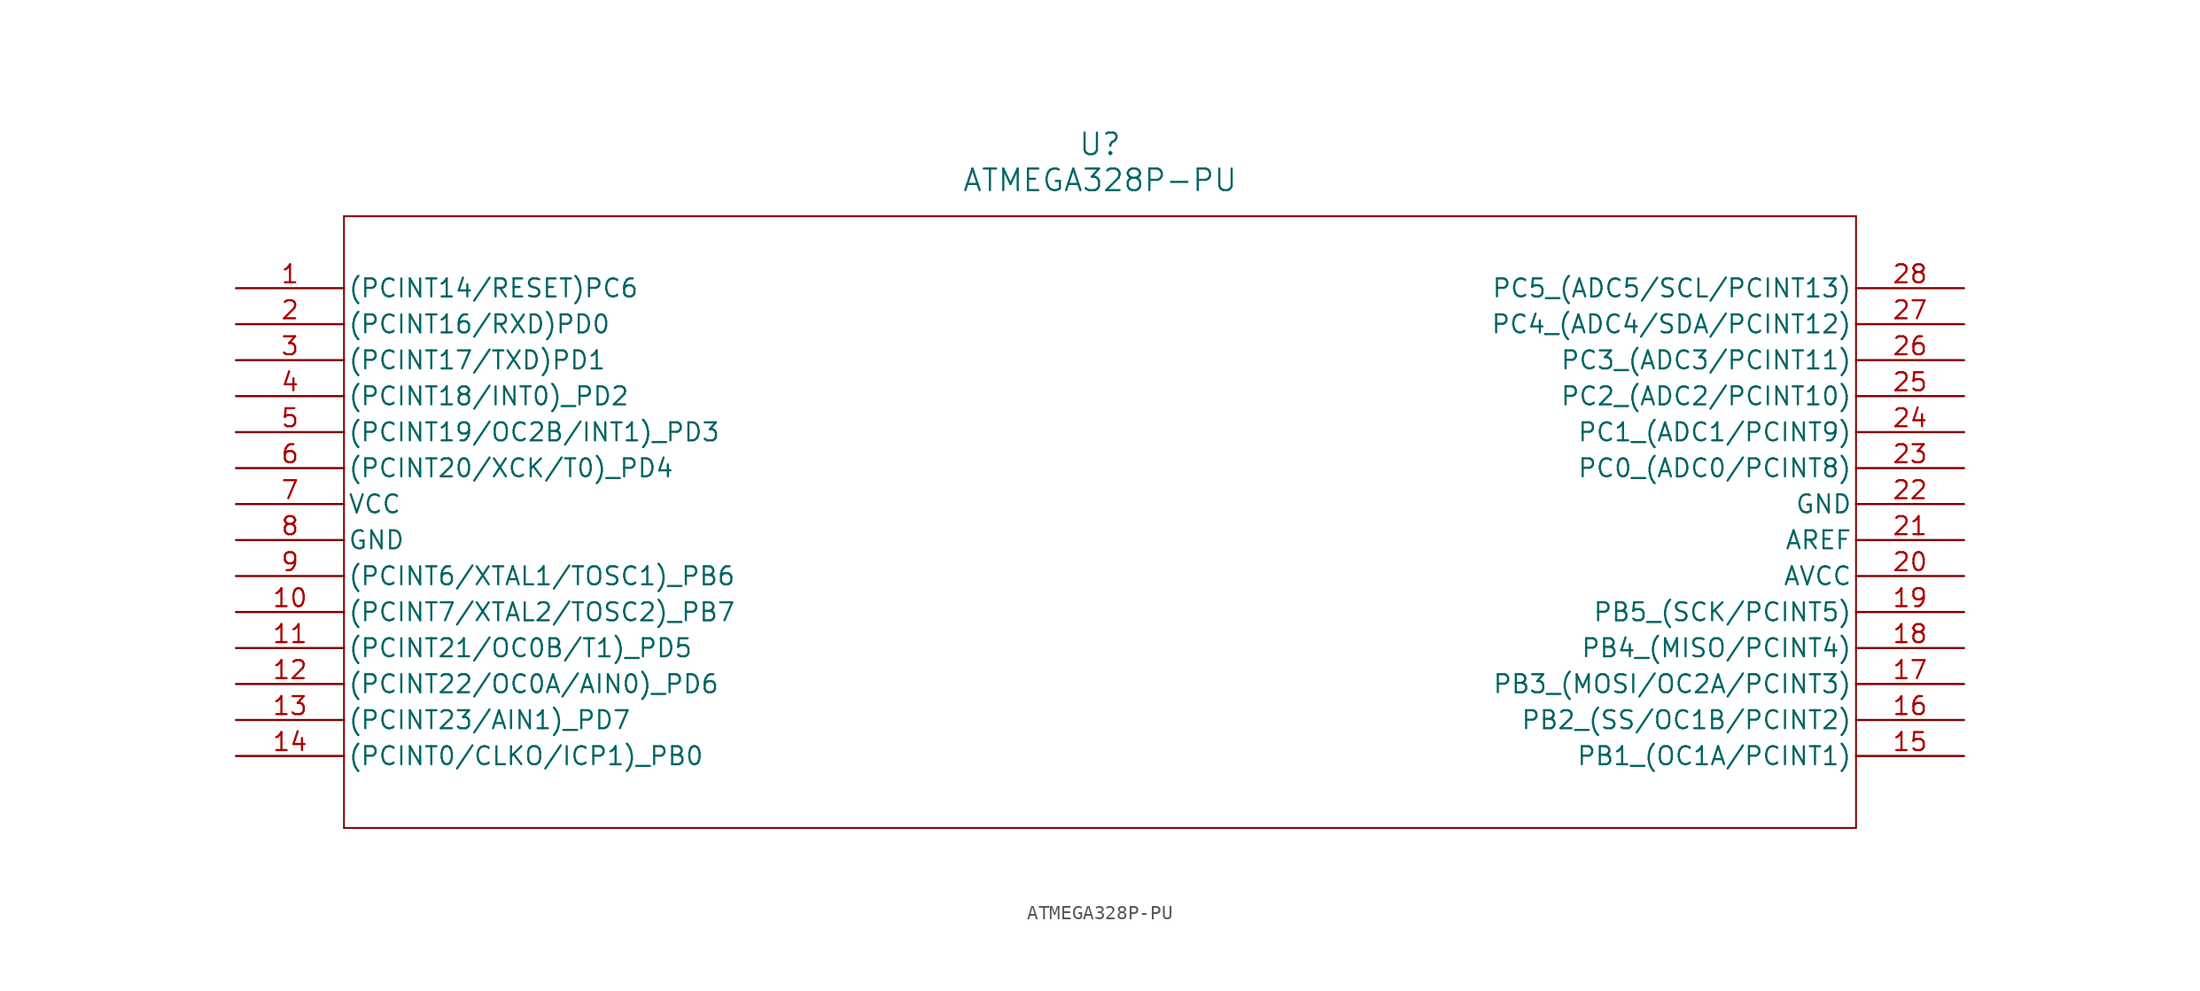
<source format=kicad_sym>
(kicad_symbol_lib
  (version 20211014)
  (generator kicad_symbol_editor)
  (symbol "ATMEGA328P-PU"
    (pin_names
      (offset 0.254))
    (property "Reference" "U"
      (at 60.96 10.16 0)
      (effects (font (size 1.524 1.524))))
    (property "Value" "ATMEGA328P-PU"
      (at 60.96 7.62 0)
      (effects (font (size 1.524 1.524))))
    (symbol "ATMEGA328P-PU_0_1"
      (polyline (pts (xy 7.62 5.08) (xy 7.62 -38.1)) (stroke (width 0.127) (type default) (color 0 0 0 0)) (fill (type none)))
      (polyline (pts (xy 7.62 -38.1) (xy 114.3 -38.1)) (stroke (width 0.127) (type default) (color 0 0 0 0)) (fill (type none)))
      (polyline (pts (xy 114.3 -38.1) (xy 114.3 5.08)) (stroke (width 0.127) (type default) (color 0 0 0 0)) (fill (type none)))
      (polyline (pts (xy 114.3 5.08) (xy 7.62 5.08)) (stroke (width 0.127) (type default) (color 0 0 0 0)) (fill (type none)))
      (pin bidirectional line (at 0 0 0) (length 7.62) (name "(PCINT14/RESET)PC6" (effects (font (size 1.27 1.27)))) (number "1" (effects (font (size 1.27 1.27)))))
      (pin bidirectional line (at 0 -2.54 0) (length 7.62) (name "(PCINT16/RXD)PD0" (effects (font (size 1.27 1.27)))) (number "2" (effects (font (size 1.27 1.27)))))
      (pin bidirectional line (at 0 -5.08 0) (length 7.62) (name "(PCINT17/TXD)PD1" (effects (font (size 1.27 1.27)))) (number "3" (effects (font (size 1.27 1.27)))))
      (pin bidirectional line (at 0 -7.62 0) (length 7.62) (name "(PCINT18/INT0) PD2" (effects (font (size 1.27 1.27)))) (number "4" (effects (font (size 1.27 1.27)))))
      (pin bidirectional line (at 0 -10.16 0) (length 7.62) (name "(PCINT19/OC2B/INT1) PD3" (effects (font (size 1.27 1.27)))) (number "5" (effects (font (size 1.27 1.27)))))
      (pin bidirectional line (at 0 -12.7 0) (length 7.62) (name "(PCINT20/XCK/T0) PD4" (effects (font (size 1.27 1.27)))) (number "6" (effects (font (size 1.27 1.27)))))
      (pin power_in line (at 0 -15.24 0) (length 7.62) (name "VCC" (effects (font (size 1.27 1.27)))) (number "7" (effects (font (size 1.27 1.27)))))
      (pin power_in line (at 0 -17.78 0) (length 7.62) (name "GND" (effects (font (size 1.27 1.27)))) (number "8" (effects (font (size 1.27 1.27)))))
      (pin bidirectional line (at 0 -20.32 0) (length 7.62) (name "(PCINT6/XTAL1/TOSC1) PB6" (effects (font (size 1.27 1.27)))) (number "9" (effects (font (size 1.27 1.27)))))
      (pin bidirectional line (at 0 -22.86 0) (length 7.62) (name "(PCINT7/XTAL2/TOSC2) PB7" (effects (font (size 1.27 1.27)))) (number "10" (effects (font (size 1.27 1.27)))))
      (pin bidirectional line (at 0 -25.4 0) (length 7.62) (name "(PCINT21/OC0B/T1) PD5" (effects (font (size 1.27 1.27)))) (number "11" (effects (font (size 1.27 1.27)))))
      (pin bidirectional line (at 0 -27.94 0) (length 7.62) (name "(PCINT22/OC0A/AIN0) PD6" (effects (font (size 1.27 1.27)))) (number "12" (effects (font (size 1.27 1.27)))))
      (pin bidirectional line (at 0 -30.48 0) (length 7.62) (name "(PCINT23/AIN1) PD7" (effects (font (size 1.27 1.27)))) (number "13" (effects (font (size 1.27 1.27)))))
      (pin bidirectional line (at 0 -33.02 0) (length 7.62) (name "(PCINT0/CLKO/ICP1) PB0" (effects (font (size 1.27 1.27)))) (number "14" (effects (font (size 1.27 1.27)))))
      (pin bidirectional line (at 121.92 -33.02 180) (length 7.62) (name "PB1 (OC1A/PCINT1)" (effects (font (size 1.27 1.27)))) (number "15" (effects (font (size 1.27 1.27)))))
      (pin bidirectional line (at 121.92 -30.48 180) (length 7.62) (name "PB2 (SS/OC1B/PCINT2)" (effects (font (size 1.27 1.27)))) (number "16" (effects (font (size 1.27 1.27)))))
      (pin bidirectional line (at 121.92 -27.94 180) (length 7.62) (name "PB3 (MOSI/OC2A/PCINT3)" (effects (font (size 1.27 1.27)))) (number "17" (effects (font (size 1.27 1.27)))))
      (pin bidirectional line (at 121.92 -25.4 180) (length 7.62) (name "PB4 (MISO/PCINT4)" (effects (font (size 1.27 1.27)))) (number "18" (effects (font (size 1.27 1.27)))))
      (pin bidirectional line (at 121.92 -22.86 180) (length 7.62) (name "PB5 (SCK/PCINT5)" (effects (font (size 1.27 1.27)))) (number "19" (effects (font (size 1.27 1.27)))))
      (pin power_in line (at 121.92 -20.32 180) (length 7.62) (name "AVCC" (effects (font (size 1.27 1.27)))) (number "20" (effects (font (size 1.27 1.27)))))
      (pin unspecified line (at 121.92 -17.78 180) (length 7.62) (name "AREF" (effects (font (size 1.27 1.27)))) (number "21" (effects (font (size 1.27 1.27)))))
      (pin power_in line (at 121.92 -15.24 180) (length 7.62) (name "GND" (effects (font (size 1.27 1.27)))) (number "22" (effects (font (size 1.27 1.27)))))
      (pin bidirectional line (at 121.92 -12.7 180) (length 7.62) (name "PC0 (ADC0/PCINT8)" (effects (font (size 1.27 1.27)))) (number "23" (effects (font (size 1.27 1.27)))))
      (pin bidirectional line (at 121.92 -10.16 180) (length 7.62) (name "PC1 (ADC1/PCINT9)" (effects (font (size 1.27 1.27)))) (number "24" (effects (font (size 1.27 1.27)))))
      (pin bidirectional line (at 121.92 -7.62 180) (length 7.62) (name "PC2 (ADC2/PCINT10)" (effects (font (size 1.27 1.27)))) (number "25" (effects (font (size 1.27 1.27)))))
      (pin bidirectional line (at 121.92 -5.08 180) (length 7.62) (name "PC3 (ADC3/PCINT11)" (effects (font (size 1.27 1.27)))) (number "26" (effects (font (size 1.27 1.27)))))
      (pin bidirectional line (at 121.92 -2.54 180) (length 7.62) (name "PC4 (ADC4/SDA/PCINT12)" (effects (font (size 1.27 1.27)))) (number "27" (effects (font (size 1.27 1.27)))))
      (pin bidirectional line (at 121.92 0 180) (length 7.62) (name "PC5 (ADC5/SCL/PCINT13)" (effects (font (size 1.27 1.27)))) (number "28" (effects (font (size 1.27 1.27))))))))
</source>
